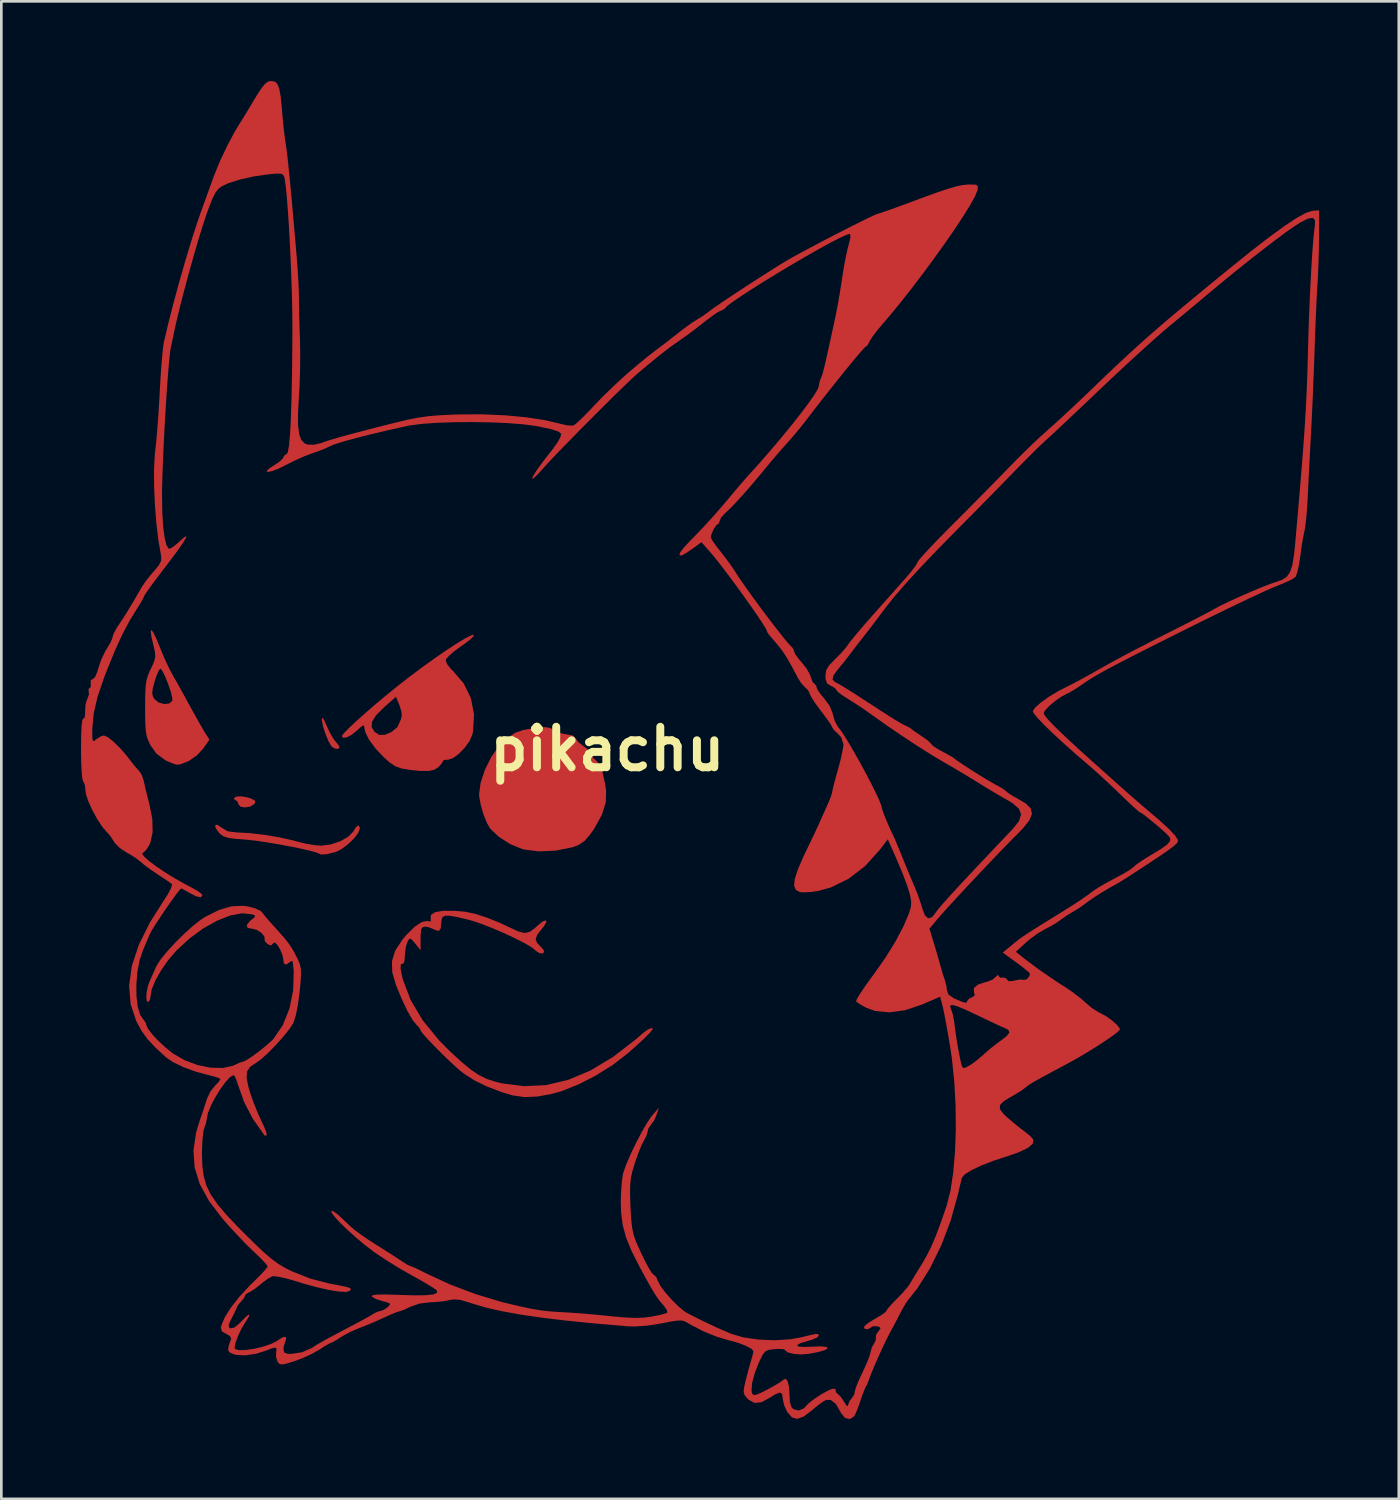
<source format=kicad_pcb>
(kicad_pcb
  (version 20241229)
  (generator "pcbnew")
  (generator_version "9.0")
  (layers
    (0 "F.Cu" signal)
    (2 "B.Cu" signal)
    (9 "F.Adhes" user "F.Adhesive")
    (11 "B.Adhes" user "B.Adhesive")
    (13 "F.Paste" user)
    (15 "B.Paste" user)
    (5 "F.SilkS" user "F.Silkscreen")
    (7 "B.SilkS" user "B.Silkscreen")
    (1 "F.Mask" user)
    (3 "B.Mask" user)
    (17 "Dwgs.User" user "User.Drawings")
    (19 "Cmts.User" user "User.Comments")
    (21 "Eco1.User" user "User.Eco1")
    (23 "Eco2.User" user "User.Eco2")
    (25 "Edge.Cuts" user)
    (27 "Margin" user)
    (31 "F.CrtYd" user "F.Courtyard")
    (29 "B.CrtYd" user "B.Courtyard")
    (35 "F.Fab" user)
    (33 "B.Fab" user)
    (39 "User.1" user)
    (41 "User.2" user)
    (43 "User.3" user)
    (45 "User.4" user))
  (footprint "pikachu"
    (layer "F.Cu")
    (at 19.812 25.146)
    (property "Reference" "pikachu" (at 0 0 0) (layer "F.SilkS") (effects (font (size 1.524 1.524) (thickness 0.3))))
    (attr board_only exclude_from_pos_files exclude_from_bom)
    (fp_poly (pts (xy -13.564 1.818) (xy -13.416 1.864) (xy -13.266 1.941) (xy -13.257 2.024) (xy -13.294 2.076) (xy -13.439 2.168) (xy -13.629 2.201) (xy -13.799 2.175) (xy -13.884 2.09) (xy -13.885 2.074) (xy -13.931 1.962) (xy -13.97 1.947) (xy -14.052 1.883) (xy -14.055 1.863) (xy -13.983 1.797) (xy -13.802 1.782)) (stroke (width 0) (type solid)) (fill yes) (layer "F.Cu"))
    (fp_poly (pts (xy -10.652 -1.071) (xy -10.572 -0.889) (xy -10.443 -0.611) (xy -10.304 -0.375) (xy -10.238 -0.291) (xy -10.119 -0.145) (xy -10.075 -0.058) (xy -10.136 -0.002) (xy -10.265 -0.02) (xy -10.385 -0.099) (xy -10.39 -0.106) (xy -10.499 -0.3) (xy -10.612 -0.578) (xy -10.704 -0.867) (xy -10.747 -1.093) (xy -10.748 -1.124) (xy -10.722 -1.178)) (stroke (width 0) (type solid)) (fill yes) (layer "F.Cu"))
    (fp_poly (pts (xy -14.522 2.962) (xy -14.286 3.101) (xy -13.959 3.142) (xy -13.486 3.166) (xy -12.927 3.23) (xy -12.354 3.325) (xy -11.843 3.438) (xy -11.696 3.479) (xy -11.343 3.567) (xy -10.988 3.625) (xy -10.77 3.641) (xy -10.415 3.596) (xy -10.062 3.478) (xy -9.762 3.311) (xy -9.569 3.119) (xy -9.547 3.08) (xy -9.445 2.922) (xy -9.356 2.884) (xy -9.314 2.977) (xy -9.313 2.99) (xy -9.379 3.165) (xy -9.549 3.384) (xy -9.78 3.605) (xy -10.029 3.786) (xy -10.227 3.879) (xy -10.58 3.965) (xy -10.794 3.97) (xy -10.844 3.944) (xy -10.962 3.894) (xy -11.212 3.826) (xy -11.561 3.747) (xy -11.974 3.663) (xy -12.416 3.581) (xy -12.852 3.509) (xy -13.249 3.451) (xy -13.571 3.416) (xy -13.627 3.411) (xy -14.012 3.382) (xy -14.269 3.346) (xy -14.437 3.293) (xy -14.557 3.213) (xy -14.62 3.151) (xy -14.745 2.974) (xy -14.759 2.865) (xy -14.676 2.854)) (stroke (width 0) (type solid)) (fill yes) (layer "F.Cu"))
    (fp_poly (pts (xy -2.153 -0.793) (xy -2.022 -0.71) (xy -1.829 -0.609) (xy -1.575 -0.556) (xy -1.552 -0.555) (xy -1.299 -0.508) (xy -1.191 -0.397) (xy -1.088 -0.258) (xy -0.9 -0.106) (xy -0.866 -0.084) (xy -0.688 0.055) (xy -0.596 0.186) (xy -0.593 0.207) (xy -0.526 0.346) (xy -0.438 0.415) (xy -0.295 0.579) (xy -0.173 0.898) (xy -0.074 1.36) (xy -0.045 1.566) (xy -0.055 2.006) (xy -0.201 2.475) (xy -0.489 2.994) (xy -0.636 3.207) (xy -0.858 3.466) (xy -1.095 3.622) (xy -1.323 3.703) (xy -1.945 3.828) (xy -2.567 3.856) (xy -3.128 3.786) (xy -3.206 3.766) (xy -3.657 3.581) (xy -4.089 3.302) (xy -4.406 3.001) (xy -4.532 2.785) (xy -4.658 2.468) (xy -4.761 2.118) (xy -4.82 1.802) (xy -4.826 1.696) (xy -4.767 1.268) (xy -4.608 0.788) (xy -4.375 0.316) (xy -4.095 -0.087) (xy -4.002 -0.19) (xy -3.727 -0.442) (xy -3.464 -0.609) (xy -3.156 -0.716) (xy -2.747 -0.787) (xy -2.636 -0.801) (xy -2.341 -0.822)) (stroke (width 0) (type solid)) (fill yes) (layer "F.Cu"))
    (fp_poly (pts (xy -17.084 -4.374) (xy -16.962 -4.118) (xy -16.82 -3.768) (xy -16.665 -3.398) (xy -16.489 -3.023) (xy -16.344 -2.752) (xy -16.189 -2.48) (xy -15.989 -2.122) (xy -15.78 -1.74) (xy -15.708 -1.609) (xy -15.517 -1.261) (xy -15.336 -0.939) (xy -15.193 -0.693) (xy -15.149 -0.62) (xy -14.978 -0.352) (xy -15.215 -0.011) (xy -15.451 0.243) (xy -15.753 0.451) (xy -16.056 0.574) (xy -16.194 0.593) (xy -16.329 0.557) (xy -16.546 0.468) (xy -16.638 0.424) (xy -16.976 0.172) (xy -17.189 -0.129) (xy -17.279 -0.309) (xy -17.339 -0.481) (xy -17.375 -0.688) (xy -17.393 -0.969) (xy -17.399 -1.364) (xy -17.399 -1.549) (xy -17.396 -1.999) (xy -17.392 -2.098) (xy -17.133 -2.098) (xy -17.102 -1.968) (xy -17.054 -1.884) (xy -16.898 -1.753) (xy -16.69 -1.693) (xy -16.493 -1.711) (xy -16.374 -1.814) (xy -16.373 -1.817) (xy -16.38 -1.948) (xy -16.439 -2.176) (xy -16.532 -2.448) (xy -16.639 -2.715) (xy -16.741 -2.924) (xy -16.818 -3.023) (xy -16.822 -3.025) (xy -16.88 -2.963) (xy -16.962 -2.78) (xy -17.035 -2.561) (xy -17.111 -2.277) (xy -17.133 -2.098) (xy -17.392 -2.098) (xy -17.382 -2.323) (xy -17.352 -2.561) (xy -17.299 -2.755) (xy -17.217 -2.949) (xy -17.184 -3.016) (xy -17.064 -3.278) (xy -17.016 -3.468) (xy -17.03 -3.663) (xy -17.077 -3.863) (xy -17.161 -4.224) (xy -17.188 -4.428) (xy -17.161 -4.478)) (stroke (width 0) (type solid)) (fill yes) (layer "F.Cu"))
    (fp_poly (pts (xy -5.031 -4.247) (xy -5.157 -4.123) (xy -5.386 -3.95) (xy -5.477 -3.887) (xy -5.749 -3.689) (xy -5.96 -3.507) (xy -6.073 -3.375) (xy -6.082 -3.352) (xy -6.038 -3.204) (xy -5.885 -3.009) (xy -5.808 -2.936) (xy -5.402 -2.465) (xy -5.136 -1.914) (xy -5.016 -1.307) (xy -5.052 -0.67) (xy -5.077 -0.55) (xy -5.181 -0.305) (xy -5.364 -0.048) (xy -5.588 0.183) (xy -5.814 0.347) (xy -6.004 0.407) (xy -6.022 0.405) (xy -6.15 0.414) (xy -6.177 0.445) (xy -6.234 0.545) (xy -6.35 0.677) (xy -6.502 0.78) (xy -6.721 0.828) (xy -7.041 0.827) (xy -7.408 0.79) (xy -7.74 0.736) (xy -7.979 0.652) (xy -8.2 0.503) (xy -8.406 0.319) (xy -8.728 -0.021) (xy -8.972 -0.354) (xy -9.115 -0.648) (xy -9.144 -0.8) (xy -9.146 -0.813) (xy -8.869 -0.813) (xy -8.757 -0.641) (xy -8.58 -0.527) (xy -8.369 -0.534) (xy -8.13 -0.634) (xy -7.904 -0.82) (xy -7.769 -1.114) (xy -7.736 -1.264) (xy -7.753 -1.419) (xy -7.822 -1.64) (xy -7.836 -1.675) (xy -7.957 -1.964) (xy -8.419 -1.554) (xy -8.713 -1.258) (xy -8.861 -1.017) (xy -8.869 -0.813) (xy -9.146 -0.813) (xy -9.16 -0.885) (xy -9.226 -0.869) (xy -9.372 -0.743) (xy -9.423 -0.694) (xy -9.629 -0.53) (xy -9.818 -0.434) (xy -9.951 -0.423) (xy -9.99 -0.487) (xy -9.927 -0.58) (xy -9.752 -0.762) (xy -9.485 -1.015) (xy -9.144 -1.32) (xy -8.751 -1.661) (xy -8.325 -2.018) (xy -7.916 -2.351) (xy -7.458 -2.709) (xy -6.983 -3.064) (xy -6.515 -3.401) (xy -6.075 -3.704) (xy -5.684 -3.961) (xy -5.363 -4.155) (xy -5.135 -4.273) (xy -5.027 -4.302)) (stroke (width 0) (type solid)) (fill yes) (layer "F.Cu"))
    (fp_poly (pts (xy -5.706 6.096) (xy -5.334 6.13) (xy -4.984 6.203) (xy -4.542 6.346) (xy -4.06 6.538) (xy -3.671 6.721) (xy -3.343 6.872) (xy -3.109 6.927) (xy -2.918 6.884) (xy -2.723 6.741) (xy -2.657 6.679) (xy -2.449 6.506) (xy -2.32 6.45) (xy -2.288 6.504) (xy -2.373 6.658) (xy -2.459 6.764) (xy -2.64 6.997) (xy -2.697 7.165) (xy -2.635 7.311) (xy -2.54 7.408) (xy -2.414 7.546) (xy -2.371 7.633) (xy -2.429 7.701) (xy -2.56 7.683) (xy -2.697 7.592) (xy -2.709 7.578) (xy -2.861 7.458) (xy -3.135 7.298) (xy -3.498 7.114) (xy -3.911 6.922) (xy -4.341 6.738) (xy -4.751 6.579) (xy -5.104 6.462) (xy -5.221 6.43) (xy -5.645 6.33) (xy -5.932 6.279) (xy -6.109 6.277) (xy -6.203 6.329) (xy -6.241 6.436) (xy -6.247 6.528) (xy -6.274 6.765) (xy -6.35 6.853) (xy -6.493 6.809) (xy -6.522 6.791) (xy -6.732 6.707) (xy -6.857 6.689) (xy -6.957 6.71) (xy -7.008 6.8) (xy -7.026 7) (xy -7.028 7.133) (xy -7.028 7.578) (xy -7.228 7.328) (xy -7.361 7.171) (xy -7.435 7.135) (xy -7.497 7.211) (xy -7.524 7.259) (xy -7.586 7.461) (xy -7.619 7.73) (xy -7.62 7.789) (xy -7.638 8.006) (xy -7.685 8.091) (xy -7.705 8.086) (xy -7.773 8.102) (xy -7.782 8.258) (xy -7.732 8.536) (xy -7.695 8.678) (xy -7.401 9.456) (xy -6.946 10.219) (xy -6.327 10.975) (xy -5.945 11.361) (xy -5.51 11.763) (xy -5.153 12.06) (xy -4.839 12.273) (xy -4.533 12.423) (xy -4.201 12.531) (xy -3.973 12.586) (xy -3.132 12.696) (xy -2.3 12.654) (xy -1.469 12.457) (xy -0.63 12.103) (xy 0.222 11.59) (xy 1.097 10.913) (xy 1.353 10.689) (xy 1.535 10.558) (xy 1.687 10.501) (xy 1.692 10.501) (xy 1.708 10.551) (xy 1.591 10.699) (xy 1.342 10.946) (xy 0.958 11.294) (xy 0.756 11.471) (xy 0.201 11.898) (xy -0.432 12.294) (xy -1.092 12.632) (xy -1.728 12.884) (xy -2.091 12.986) (xy -2.643 13.086) (xy -3.109 13.106) (xy -3.551 13.044) (xy -3.982 12.917) (xy -4.537 12.704) (xy -4.984 12.486) (xy -5.384 12.231) (xy -5.419 12.207) (xy -5.599 12.061) (xy -5.84 11.843) (xy -6.114 11.582) (xy -6.394 11.305) (xy -6.652 11.039) (xy -6.862 10.813) (xy -6.994 10.653) (xy -7.027 10.593) (xy -7.085 10.484) (xy -7.161 10.408) (xy -7.325 10.211) (xy -7.522 9.87) (xy -7.742 9.404) (xy -7.95 8.9) (xy -8.094 8.416) (xy -8.108 7.994) (xy -7.986 7.597) (xy -7.718 7.185) (xy -7.567 7.004) (xy -7.254 6.695) (xy -6.985 6.515) (xy -6.774 6.475) (xy -6.742 6.485) (xy -6.642 6.493) (xy -6.649 6.415) (xy -6.643 6.252) (xy -6.481 6.143) (xy -6.167 6.091)) (stroke (width 0) (type solid)) (fill yes) (layer "F.Cu"))
    (fp_poly (pts (xy -12.515 -25.122) (xy -12.418 -25.032) (xy -12.348 -24.852) (xy -12.295 -24.558) (xy -12.252 -24.125) (xy -12.243 -24.003) (xy -12.206 -23.59) (xy -12.161 -23.176) (xy -12.115 -22.838) (xy -12.105 -22.775) (xy -12.068 -22.52) (xy -12.023 -22.134) (xy -11.968 -21.61) (xy -11.905 -20.943) (xy -11.831 -20.125) (xy -11.746 -19.149) (xy -11.687 -18.457) (xy -11.653 -18.006) (xy -11.626 -17.559) (xy -11.611 -17.176) (xy -11.608 -16.976) (xy -11.605 -16.685) (xy -11.597 -16.281) (xy -11.584 -15.82) (xy -11.57 -15.409) (xy -11.56 -14.867) (xy -11.566 -14.246) (xy -11.586 -13.635) (xy -11.608 -13.265) (xy -11.642 -12.654) (xy -11.641 -12.191) (xy -11.601 -11.858) (xy -11.52 -11.635) (xy -11.394 -11.504) (xy -11.285 -11.46) (xy -11.045 -11.452) (xy -10.801 -11.509) (xy -10.532 -11.603) (xy -10.098 -11.731) (xy -9.5 -11.894) (xy -8.737 -12.093) (xy -8.001 -12.279) (xy -7.529 -12.392) (xy -7.125 -12.472) (xy -6.737 -12.527) (xy -6.31 -12.563) (xy -5.79 -12.587) (xy -5.539 -12.595) (xy -4.69 -12.598) (xy -3.85 -12.561) (xy -3.058 -12.487) (xy -2.354 -12.38) (xy -1.778 -12.244) (xy -1.522 -12.186) (xy -1.32 -12.172) (xy -1.266 -12.182) (xy -1.157 -12.264) (xy -0.965 -12.442) (xy -0.72 -12.689) (xy -0.527 -12.894) (xy -0.174 -13.26) (xy 0.24 -13.663) (xy 0.64 -14.033) (xy 0.763 -14.141) (xy 1.15 -14.47) (xy 1.472 -14.735) (xy 1.791 -14.984) (xy 2.159 -15.26) (xy 2.265 -15.342) (xy 2.461 -15.496) (xy 2.705 -15.688) (xy 2.709 -15.691) (xy 2.978 -15.896) (xy 3.225 -16.07) (xy 3.387 -16.17) (xy 3.599 -16.301) (xy 3.833 -16.471) (xy 3.852 -16.487) (xy 4.024 -16.613) (xy 4.31 -16.811) (xy 4.683 -17.06) (xy 5.112 -17.343) (xy 5.57 -17.64) (xy 6.028 -17.933) (xy 6.456 -18.203) (xy 6.7 -18.353) (xy 6.926 -18.484) (xy 7.248 -18.661) (xy 7.641 -18.872) (xy 8.078 -19.103) (xy 8.533 -19.339) (xy 8.981 -19.569) (xy 9.394 -19.777) (xy 9.747 -19.952) (xy 10.014 -20.079) (xy 10.167 -20.145) (xy 10.191 -20.151) (xy 10.29 -20.179) (xy 10.518 -20.257) (xy 10.844 -20.373) (xy 11.239 -20.518) (xy 11.415 -20.584) (xy 12.021 -20.809) (xy 12.494 -20.978) (xy 12.859 -21.099) (xy 13.141 -21.18) (xy 13.365 -21.227) (xy 13.555 -21.247) (xy 13.662 -21.25) (xy 13.871 -21.243) (xy 13.951 -21.194) (xy 13.944 -21.071) (xy 13.931 -21.019) (xy 13.843 -20.803) (xy 13.662 -20.476) (xy 13.402 -20.058) (xy 13.079 -19.568) (xy 12.705 -19.028) (xy 12.296 -18.456) (xy 11.866 -17.874) (xy 11.429 -17.3) (xy 10.999 -16.756) (xy 10.59 -16.261) (xy 10.397 -16.037) (xy 10.17 -15.766) (xy 9.987 -15.525) (xy 9.877 -15.355) (xy 9.863 -15.321) (xy 9.791 -15.186) (xy 9.74 -15.155) (xy 9.669 -15.092) (xy 9.51 -14.913) (xy 9.279 -14.639) (xy 8.992 -14.29) (xy 8.665 -13.883) (xy 8.312 -13.44) (xy 7.951 -12.98) (xy 7.597 -12.521) (xy 7.475 -12.361) (xy 7.222 -12.041) (xy 6.938 -11.705) (xy 6.757 -11.501) (xy 6.522 -11.238) (xy 6.239 -10.908) (xy 5.962 -10.576) (xy 5.927 -10.532) (xy 5.565 -10.096) (xy 5.207 -9.682) (xy 4.878 -9.318) (xy 4.605 -9.034) (xy 4.424 -8.865) (xy 4.285 -8.712) (xy 4.233 -8.588) (xy 4.193 -8.479) (xy 4.162 -8.467) (xy 4.084 -8.398) (xy 3.988 -8.24) (xy 3.914 -8.062) (xy 3.895 -7.962) (xy 3.944 -7.864) (xy 4.074 -7.676) (xy 4.257 -7.44) (xy 4.259 -7.437) (xy 4.475 -7.159) (xy 4.672 -6.889) (xy 4.788 -6.715) (xy 4.954 -6.458) (xy 5.182 -6.129) (xy 5.452 -5.751) (xy 5.746 -5.349) (xy 6.046 -4.948) (xy 6.333 -4.574) (xy 6.588 -4.25) (xy 6.792 -4.001) (xy 6.927 -3.853) (xy 6.964 -3.824) (xy 7.023 -3.727) (xy 7.027 -3.682) (xy 7.082 -3.558) (xy 7.221 -3.37) (xy 7.318 -3.26) (xy 7.504 -3.025) (xy 7.635 -2.789) (xy 7.664 -2.703) (xy 7.725 -2.528) (xy 7.796 -2.455) (xy 7.866 -2.387) (xy 7.874 -2.334) (xy 7.929 -2.205) (xy 8.067 -2.015) (xy 8.159 -1.911) (xy 8.373 -1.619) (xy 8.491 -1.323) (xy 8.494 -1.302) (xy 8.564 -1.053) (xy 8.666 -0.861) (xy 8.676 -0.849) (xy 8.813 -0.667) (xy 8.999 -0.379) (xy 9.217 -0.013) (xy 9.453 0.401) (xy 9.689 0.832) (xy 9.91 1.252) (xy 10.099 1.631) (xy 10.241 1.938) (xy 10.319 2.145) (xy 10.329 2.201) (xy 10.361 2.31) (xy 10.439 2.519) (xy 10.544 2.775) (xy 10.651 3.023) (xy 10.741 3.21) (xy 10.748 3.223) (xy 10.811 3.36) (xy 10.917 3.609) (xy 11.046 3.922) (xy 11.088 4.028) (xy 11.245 4.414) (xy 11.409 4.809) (xy 11.547 5.134) (xy 11.561 5.165) (xy 11.692 5.491) (xy 11.805 5.82) (xy 11.852 5.981) (xy 11.956 6.262) (xy 12.083 6.379) (xy 12.229 6.331) (xy 12.352 6.175) (xy 12.44 6.055) (xy 12.604 5.859) (xy 12.851 5.581) (xy 13.187 5.214) (xy 13.619 4.75) (xy 14.153 4.183) (xy 14.794 3.506) (xy 15.265 3.011) (xy 15.499 2.717) (xy 15.579 2.47) (xy 15.499 2.251) (xy 15.258 2.04) (xy 15.071 1.928) (xy 14.77 1.757) (xy 14.398 1.537) (xy 14.029 1.311) (xy 13.97 1.274) (xy 13.572 1.029) (xy 13.125 0.762) (xy 12.721 0.528) (xy 12.7 0.516) (xy 12.241 0.243) (xy 11.691 -0.104) (xy 11.096 -0.495) (xy 10.5 -0.902) (xy 9.948 -1.294) (xy 9.625 -1.521) (xy 9.288 -1.744) (xy 9.038 -1.899) (xy 8.816 -2.041) (xy 8.67 -2.16) (xy 8.636 -2.211) (xy 8.566 -2.296) (xy 8.424 -2.371) (xy 8.275 -2.465) (xy 8.223 -2.614) (xy 8.478 -2.614) (xy 8.576 -2.517) (xy 8.595 -2.509) (xy 8.722 -2.442) (xy 8.948 -2.307) (xy 9.233 -2.129) (xy 9.336 -2.063) (xy 9.717 -1.816) (xy 10.137 -1.544) (xy 10.507 -1.304) (xy 10.519 -1.296) (xy 10.808 -1.114) (xy 11.056 -0.966) (xy 11.22 -0.88) (xy 11.238 -0.872) (xy 11.386 -0.801) (xy 11.43 -0.767) (xy 11.52 -0.696) (xy 11.704 -0.569) (xy 11.832 -0.485) (xy 12.038 -0.34) (xy 12.168 -0.226) (xy 12.192 -0.188) (xy 12.261 -0.116) (xy 12.437 -0.000479) (xy 12.594 0.086) (xy 12.827 0.212) (xy 12.992 0.307) (xy 13.039 0.339) (xy 13.154 0.428) (xy 13.374 0.578) (xy 13.661 0.764) (xy 13.973 0.961) (xy 14.272 1.144) (xy 14.518 1.287) (xy 14.62 1.343) (xy 14.842 1.465) (xy 14.992 1.568) (xy 15.022 1.599) (xy 15.121 1.68) (xy 15.317 1.799) (xy 15.43 1.86) (xy 15.757 2.053) (xy 15.943 2.239) (xy 15.988 2.442) (xy 15.893 2.681) (xy 15.657 2.979) (xy 15.431 3.212) (xy 15.158 3.486) (xy 14.813 3.842) (xy 14.418 4.254) (xy 14 4.695) (xy 13.581 5.141) (xy 13.187 5.565) (xy 12.841 5.942) (xy 12.568 6.245) (xy 12.409 6.428) (xy 12.129 6.764) (xy 12.291 7.298) (xy 12.393 7.64) (xy 12.489 7.974) (xy 12.543 8.17) (xy 12.621 8.44) (xy 12.697 8.671) (xy 12.709 8.703) (xy 12.771 8.939) (xy 12.785 9.084) (xy 12.845 9.245) (xy 13.04 9.382) (xy 13.103 9.411) (xy 13.355 9.517) (xy 13.489 9.554) (xy 13.541 9.528) (xy 13.547 9.488) (xy 13.617 9.402) (xy 13.716 9.356) (xy 13.833 9.282) (xy 13.804 9.151) (xy 13.802 9) (xy 13.955 8.871) (xy 14.252 8.774) (xy 14.309 8.762) (xy 14.515 8.676) (xy 14.626 8.578) (xy 14.711 8.498) (xy 14.732 8.544) (xy 14.792 8.615) (xy 14.862 8.604) (xy 14.997 8.619) (xy 15.038 8.672) (xy 15.116 8.746) (xy 15.289 8.73) (xy 15.343 8.715) (xy 15.548 8.678) (xy 15.683 8.691) (xy 15.685 8.692) (xy 15.786 8.674) (xy 15.884 8.564) (xy 15.916 8.46) (xy 15.853 8.391) (xy 15.686 8.252) (xy 15.447 8.071) (xy 15.402 8.038) (xy 14.888 7.665) (xy 15.095 7.495) (xy 15.31 7.317) (xy 15.483 7.176) (xy 15.624 7.075) (xy 15.875 6.91) (xy 16.2 6.703) (xy 16.565 6.476) (xy 16.574 6.471) (xy 17.106 6.143) (xy 17.52 5.882) (xy 17.843 5.669) (xy 18.104 5.487) (xy 18.3 5.34) (xy 18.485 5.217) (xy 18.765 5.054) (xy 19.084 4.883) (xy 19.119 4.865) (xy 19.417 4.704) (xy 19.661 4.556) (xy 19.808 4.449) (xy 19.82 4.435) (xy 19.941 4.333) (xy 20.166 4.179) (xy 20.447 4.004) (xy 20.489 3.979) (xy 20.848 3.762) (xy 21.073 3.601) (xy 21.182 3.477) (xy 21.193 3.372) (xy 21.144 3.289) (xy 21.031 3.174) (xy 20.846 3.007) (xy 20.625 2.817) (xy 20.402 2.634) (xy 20.212 2.485) (xy 20.091 2.401) (xy 20.066 2.395) (xy 20.01 2.357) (xy 19.856 2.222) (xy 19.627 2.009) (xy 19.347 1.741) (xy 19.325 1.719) (xy 18.982 1.39) (xy 18.628 1.061) (xy 18.311 0.774) (xy 18.119 0.607) (xy 17.636 0.193) (xy 17.187 -0.207) (xy 16.787 -0.576) (xy 16.455 -0.899) (xy 16.205 -1.16) (xy 16.056 -1.343) (xy 16.019 -1.424) (xy 16.11 -1.56) (xy 16.32 -1.746) (xy 16.613 -1.956) (xy 16.958 -2.166) (xy 17.272 -2.329) (xy 17.543 -2.465) (xy 17.906 -2.659) (xy 18.306 -2.88) (xy 18.584 -3.039) (xy 18.936 -3.236) (xy 19.397 -3.485) (xy 19.927 -3.764) (xy 20.484 -4.052) (xy 20.997 -4.312) (xy 21.487 -4.559) (xy 21.941 -4.79) (xy 22.331 -4.991) (xy 22.63 -5.148) (xy 22.809 -5.247) (xy 22.827 -5.257) (xy 23.054 -5.38) (xy 23.391 -5.543) (xy 23.793 -5.727) (xy 24.217 -5.913) (xy 24.618 -6.081) (xy 24.952 -6.211) (xy 25.16 -6.282) (xy 25.403 -6.366) (xy 25.58 -6.483) (xy 25.704 -6.66) (xy 25.791 -6.927) (xy 25.853 -7.311) (xy 25.898 -7.747) (xy 25.997 -8.869) (xy 26.081 -9.846) (xy 26.151 -10.699) (xy 26.209 -11.452) (xy 26.256 -12.126) (xy 26.294 -12.745) (xy 26.324 -13.33) (xy 26.347 -13.905) (xy 26.366 -14.492) (xy 26.379 -14.986) (xy 26.399 -15.717) (xy 26.426 -16.458) (xy 26.457 -17.184) (xy 26.492 -17.87) (xy 26.528 -18.489) (xy 26.566 -19.016) (xy 26.602 -19.425) (xy 26.637 -19.691) (xy 26.637 -19.694) (xy 26.644 -19.903) (xy 26.564 -19.995) (xy 26.386 -19.97) (xy 26.103 -19.827) (xy 25.852 -19.667) (xy 25.525 -19.437) (xy 25.098 -19.119) (xy 24.601 -18.737) (xy 24.063 -18.314) (xy 23.513 -17.873) (xy 22.981 -17.436) (xy 22.638 -17.148) (xy 22.32 -16.881) (xy 21.926 -16.552) (xy 21.51 -16.207) (xy 21.199 -15.951) (xy 20.91 -15.706) (xy 20.526 -15.367) (xy 20.072 -14.957) (xy 19.575 -14.502) (xy 19.061 -14.023) (xy 18.584 -13.573) (xy 18.114 -13.125) (xy 17.669 -12.704) (xy 17.268 -12.326) (xy 16.931 -12.01) (xy 16.677 -11.773) (xy 16.523 -11.633) (xy 16.51 -11.622) (xy 16.344 -11.468) (xy 16.091 -11.222) (xy 15.782 -10.913) (xy 15.445 -10.572) (xy 15.325 -10.448) (xy 14.967 -10.081) (xy 14.53 -9.634) (xy 14.052 -9.149) (xy 13.574 -8.664) (xy 13.208 -8.296) (xy 12.425 -7.499) (xy 11.763 -6.804) (xy 11.215 -6.205) (xy 10.773 -5.692) (xy 10.431 -5.259) (xy 10.424 -5.249) (xy 10.152 -4.885) (xy 9.935 -4.597) (xy 9.725 -4.327) (xy 9.565 -4.123) (xy 9.366 -3.868) (xy 9.158 -3.594) (xy 9.13 -3.556) (xy 8.927 -3.295) (xy 8.718 -3.04) (xy 8.688 -3.006) (xy 8.515 -2.771) (xy 8.478 -2.614) (xy 8.223 -2.614) (xy 8.218 -2.631) (xy 8.213 -2.749) (xy 8.24 -2.958) (xy 8.345 -3.144) (xy 8.56 -3.364) (xy 8.787 -3.591) (xy 8.981 -3.814) (xy 9.053 -3.914) (xy 9.162 -4.061) (xy 9.359 -4.303) (xy 9.619 -4.609) (xy 9.916 -4.949) (xy 9.997 -5.041) (xy 10.334 -5.42) (xy 10.676 -5.804) (xy 10.984 -6.152) (xy 11.222 -6.42) (xy 11.239 -6.439) (xy 11.449 -6.688) (xy 11.606 -6.895) (xy 11.681 -7.024) (xy 11.684 -7.039) (xy 11.742 -7.125) (xy 11.903 -7.31) (xy 12.15 -7.578) (xy 12.467 -7.909) (xy 12.836 -8.285) (xy 13.018 -8.467) (xy 13.471 -8.92) (xy 13.943 -9.396) (xy 14.4 -9.859) (xy 14.808 -10.275) (xy 15.133 -10.61) (xy 15.157 -10.635) (xy 15.519 -11.002) (xy 15.904 -11.38) (xy 16.266 -11.723) (xy 16.552 -11.98) (xy 16.824 -12.222) (xy 17.179 -12.547) (xy 17.578 -12.919) (xy 17.984 -13.303) (xy 18.159 -13.471) (xy 18.695 -13.987) (xy 19.176 -14.444) (xy 19.623 -14.86) (xy 20.057 -15.256) (xy 20.501 -15.649) (xy 20.975 -16.058) (xy 21.5 -16.502) (xy 22.099 -17) (xy 22.792 -17.57) (xy 23.41 -18.076) (xy 24.218 -18.726) (xy 24.908 -19.26) (xy 25.481 -19.678) (xy 25.94 -19.982) (xy 26.287 -20.175) (xy 26.525 -20.257) (xy 26.55 -20.26) (xy 26.797 -20.278) (xy 26.796 -19.304) (xy 26.789 -18.797) (xy 26.773 -18.239) (xy 26.75 -17.719) (xy 26.736 -17.484) (xy 26.714 -17.114) (xy 26.69 -16.622) (xy 26.665 -16.057) (xy 26.642 -15.465) (xy 26.628 -15.028) (xy 26.605 -14.378) (xy 26.576 -13.65) (xy 26.544 -12.913) (xy 26.512 -12.239) (xy 26.496 -11.938) (xy 26.465 -11.361) (xy 26.433 -10.754) (xy 26.403 -10.174) (xy 26.379 -9.679) (xy 26.37 -9.483) (xy 26.345 -9.061) (xy 26.312 -8.673) (xy 26.276 -8.367) (xy 26.248 -8.213) (xy 26.199 -7.981) (xy 26.143 -7.65) (xy 26.093 -7.287) (xy 26.089 -7.257) (xy 26.038 -6.928) (xy 25.978 -6.656) (xy 25.919 -6.493) (xy 25.91 -6.479) (xy 25.786 -6.393) (xy 25.549 -6.277) (xy 25.248 -6.152) (xy 25.203 -6.135) (xy 24.981 -6.043) (xy 24.631 -5.886) (xy 24.175 -5.674) (xy 23.637 -5.417) (xy 23.04 -5.128) (xy 22.405 -4.817) (xy 21.971 -4.601) (xy 21.124 -4.178) (xy 20.414 -3.822) (xy 19.826 -3.524) (xy 19.343 -3.276) (xy 18.951 -3.07) (xy 18.635 -2.898) (xy 18.379 -2.752) (xy 18.168 -2.624) (xy 17.987 -2.505) (xy 17.865 -2.42) (xy 17.619 -2.255) (xy 17.405 -2.128) (xy 17.317 -2.086) (xy 17.107 -1.977) (xy 16.869 -1.812) (xy 16.647 -1.627) (xy 16.486 -1.459) (xy 16.428 -1.35) (xy 16.478 -1.249) (xy 16.632 -1.065) (xy 16.897 -0.793) (xy 17.276 -0.43) (xy 17.773 0.03) (xy 18.395 0.591) (xy 18.763 0.919) (xy 19.022 1.15) (xy 19.329 1.423) (xy 19.536 1.609) (xy 19.828 1.865) (xy 20.133 2.129) (xy 20.319 2.286) (xy 20.798 2.694) (xy 21.146 3.013) (xy 21.369 3.25) (xy 21.476 3.413) (xy 21.483 3.492) (xy 21.434 3.559) (xy 21.319 3.661) (xy 21.123 3.808) (xy 20.832 4.01) (xy 20.432 4.277) (xy 19.908 4.619) (xy 19.643 4.791) (xy 19.412 4.938) (xy 19.236 5.046) (xy 19.177 5.08) (xy 18.922 5.219) (xy 18.618 5.4) (xy 18.322 5.589) (xy 18.094 5.747) (xy 18.034 5.794) (xy 17.811 5.957) (xy 17.55 6.118) (xy 17.526 6.131) (xy 17.284 6.276) (xy 17.08 6.422) (xy 17.06 6.439) (xy 16.881 6.564) (xy 16.626 6.709) (xy 16.51 6.766) (xy 16.225 6.931) (xy 15.914 7.155) (xy 15.756 7.291) (xy 15.383 7.637) (xy 15.663 7.862) (xy 16.247 8.301) (xy 16.915 8.758) (xy 17.224 8.956) (xy 17.531 9.164) (xy 17.823 9.388) (xy 18.005 9.549) (xy 18.243 9.751) (xy 18.496 9.913) (xy 18.561 9.944) (xy 18.782 10.063) (xy 19.009 10.226) (xy 19.195 10.394) (xy 19.295 10.528) (xy 19.301 10.558) (xy 19.231 10.639) (xy 19.042 10.785) (xy 18.763 10.979) (xy 18.423 11.2) (xy 18.051 11.431) (xy 17.674 11.653) (xy 17.372 11.82) (xy 16.863 12.092) (xy 16.482 12.298) (xy 16.207 12.448) (xy 16.017 12.556) (xy 15.891 12.634) (xy 15.806 12.694) (xy 15.742 12.748) (xy 15.74 12.75) (xy 15.576 12.87) (xy 15.336 13.018) (xy 15.228 13.078) (xy 14.928 13.257) (xy 14.781 13.407) (xy 14.781 13.56) (xy 14.922 13.745) (xy 15.071 13.883) (xy 15.334 14.107) (xy 15.596 14.316) (xy 15.726 14.412) (xy 15.913 14.564) (xy 16.032 14.696) (xy 16.043 14.718) (xy 16.015 14.865) (xy 15.826 15.023) (xy 15.488 15.185) (xy 15.074 15.328) (xy 14.544 15.501) (xy 14.084 15.681) (xy 13.715 15.854) (xy 13.463 16.011) (xy 13.351 16.139) (xy 13.351 16.141) (xy 13.308 16.31) (xy 13.245 16.574) (xy 13.202 16.764) (xy 12.929 17.75) (xy 12.572 18.692) (xy 12.147 19.557) (xy 11.67 20.312) (xy 11.328 20.74) (xy 11.229 20.882) (xy 11.094 21.116) (xy 11.002 21.29) (xy 10.852 21.583) (xy 10.706 21.856) (xy 10.643 21.971) (xy 10.522 22.206) (xy 10.367 22.53) (xy 10.201 22.894) (xy 10.046 23.248) (xy 9.925 23.541) (xy 9.865 23.707) (xy 9.793 23.9) (xy 9.738 24.003) (xy 9.678 24.126) (xy 9.592 24.354) (xy 9.525 24.553) (xy 9.429 24.827) (xy 9.339 25.042) (xy 9.292 25.125) (xy 9.127 25.23) (xy 8.951 25.186) (xy 8.8 25.005) (xy 8.777 24.956) (xy 8.607 24.659) (xy 8.413 24.508) (xy 8.238 24.506) (xy 8.094 24.588) (xy 7.881 24.748) (xy 7.708 24.894) (xy 7.399 25.13) (xy 7.153 25.22) (xy 6.953 25.164) (xy 6.778 24.965) (xy 6.772 24.956) (xy 6.659 24.707) (xy 6.605 24.468) (xy 6.604 24.448) (xy 6.581 24.28) (xy 6.498 24.228) (xy 6.33 24.291) (xy 6.114 24.426) (xy 5.8 24.595) (xy 5.546 24.62) (xy 5.326 24.502) (xy 5.27 24.448) (xy 5.171 24.327) (xy 5.133 24.207) (xy 5.151 24.031) (xy 5.206 23.791) (xy 5.29 23.467) (xy 5.374 23.16) (xy 5.412 23.03) (xy 5.472 22.819) (xy 5.503 22.683) (xy 5.503 22.672) (xy 5.428 22.581) (xy 5.228 22.472) (xy 4.944 22.362) (xy 4.619 22.27) (xy 4.566 22.258) (xy 4.112 22.124) (xy 3.607 21.917) (xy 3.131 21.67) (xy 3.034 21.612) (xy 2.915 21.547) (xy 2.792 21.516) (xy 2.624 21.521) (xy 2.368 21.561) (xy 2.055 21.623) (xy 1.527 21.707) (xy 1.045 21.742) (xy 0.799 21.736) (xy -0.436 21.631) (xy -1.516 21.523) (xy -2.455 21.412) (xy -3.266 21.293) (xy -3.965 21.167) (xy -4.564 21.029) (xy -5.079 20.879) (xy -5.201 20.837) (xy -5.532 20.74) (xy -5.78 20.719) (xy -5.948 20.749) (xy -6.202 20.797) (xy -6.521 20.825) (xy -6.649 20.828) (xy -7.071 20.879) (xy -7.408 20.997) (xy -7.628 21.101) (xy -7.787 21.161) (xy -7.818 21.167) (xy -7.929 21.201) (xy -8.145 21.289) (xy -8.414 21.411) (xy -8.758 21.566) (xy -9.111 21.714) (xy -9.331 21.798) (xy -9.645 21.931) (xy -9.951 22.094) (xy -10.033 22.146) (xy -10.232 22.273) (xy -10.371 22.346) (xy -10.397 22.354) (xy -10.495 22.398) (xy -10.683 22.511) (xy -10.821 22.602) (xy -11.102 22.763) (xy -11.459 22.927) (xy -11.745 23.036) (xy -12.043 23.13) (xy -12.222 23.17) (xy -12.326 23.158) (xy -12.395 23.098) (xy -12.406 23.083) (xy -12.47 22.895) (xy -12.467 22.733) (xy -12.449 22.586) (xy -12.493 22.533) (xy -12.633 22.565) (xy -12.826 22.643) (xy -13.228 22.77) (xy -13.63 22.828) (xy -13.973 22.811) (xy -14.082 22.781) (xy -14.221 22.714) (xy -14.275 22.622) (xy -14.25 22.46) (xy -14.161 22.205) (xy -14.202 22.105) (xy -14.351 22.013) (xy -14.512 21.925) (xy -14.543 21.792) (xy -14.525 21.695) (xy -14.401 21.396) (xy -14.166 21.026) (xy -13.844 20.616) (xy -13.456 20.197) (xy -13.336 20.08) (xy -13.092 19.839) (xy -12.903 19.638) (xy -12.797 19.508) (xy -12.785 19.48) (xy -12.843 19.393) (xy -12.999 19.224) (xy -13.222 19.005) (xy -13.314 18.92) (xy -13.598 18.643) (xy -13.938 18.289) (xy -14.285 17.911) (xy -14.492 17.675) (xy -14.996 17.013) (xy -15.342 16.379) (xy -15.535 15.752) (xy -15.579 15.114) (xy -15.479 14.444) (xy -15.363 14.052) (xy -15.247 13.709) (xy -15.142 13.393) (xy -15.069 13.168) (xy -15.064 13.151) (xy -14.94 12.895) (xy -14.774 12.686) (xy -14.632 12.537) (xy -14.565 12.437) (xy -14.564 12.432) (xy -14.638 12.383) (xy -14.829 12.322) (xy -14.973 12.287) (xy -15.477 12.153) (xy -15.953 11.979) (xy -16.354 11.786) (xy -16.607 11.613) (xy -17.011 11.242) (xy -17.308 10.923) (xy -17.532 10.612) (xy -17.72 10.268) (xy -17.731 10.245) (xy -17.945 9.603) (xy -18.002 8.914) (xy -17.9 8.174) (xy -17.64 7.383) (xy -17.222 6.538) (xy -16.74 5.775) (xy -16.549 5.479) (xy -16.425 5.247) (xy -16.383 5.108) (xy -16.391 5.087) (xy -16.498 5.007) (xy -16.702 4.868) (xy -16.933 4.716) (xy -17.206 4.53) (xy -17.442 4.355) (xy -17.568 4.248) (xy -17.748 4.108) (xy -18 3.949) (xy -18.101 3.894) (xy -18.346 3.732) (xy -18.536 3.545) (xy -18.582 3.476) (xy -18.71 3.274) (xy -18.826 3.143) (xy -18.997 2.951) (xy -19.189 2.661) (xy -19.376 2.323) (xy -19.53 1.989) (xy -19.625 1.709) (xy -19.643 1.587) (xy -19.664 1.371) (xy -19.716 1.237) (xy -19.727 1.228) (xy -19.761 1.125) (xy -19.787 0.877) (xy -19.805 0.51) (xy -19.812 0.047) (xy -19.812 -0.01) (xy -19.806 -0.522) (xy -19.8 -0.653) (xy -19.389 -0.653) (xy -19.385 -0.406) (xy -19.362 -0.301) (xy -19.306 -0.308) (xy -19.234 -0.368) (xy -19.063 -0.478) (xy -18.95 -0.508) (xy -18.805 -0.445) (xy -18.592 -0.277) (xy -18.344 -0.034) (xy -18.094 0.253) (xy -17.98 0.402) (xy -17.812 0.617) (xy -17.666 0.784) (xy -17.626 0.821) (xy -17.53 0.968) (xy -17.451 1.198) (xy -17.441 1.245) (xy -17.382 1.509) (xy -17.299 1.846) (xy -17.24 2.071) (xy -17.128 2.639) (xy -17.116 3.136) (xy -17.202 3.532) (xy -17.251 3.633) (xy -17.365 3.806) (xy -17.454 3.892) (xy -17.462 3.894) (xy -17.516 3.934) (xy -17.443 4.043) (xy -17.265 4.205) (xy -17.001 4.406) (xy -16.672 4.629) (xy -16.3 4.86) (xy -15.904 5.084) (xy -15.684 5.198) (xy -15.446 5.331) (xy -15.285 5.446) (xy -15.24 5.505) (xy -15.301 5.582) (xy -15.473 5.55) (xy -15.729 5.418) (xy -15.914 5.31) (xy -16.026 5.252) (xy -16.036 5.249) (xy -16.105 5.315) (xy -16.242 5.49) (xy -16.424 5.742) (xy -16.63 6.037) (xy -16.837 6.342) (xy -17.021 6.625) (xy -17.16 6.851) (xy -17.23 6.985) (xy -17.331 7.231) (xy -17.455 7.519) (xy -17.481 7.578) (xy -17.607 7.954) (xy -17.69 8.395) (xy -17.729 8.86) (xy -17.725 9.31) (xy -17.676 9.707) (xy -17.585 10.012) (xy -17.476 10.166) (xy -17.373 10.31) (xy -17.357 10.382) (xy -17.295 10.527) (xy -17.13 10.743) (xy -16.892 10.997) (xy -16.613 11.254) (xy -16.352 11.462) (xy -15.917 11.715) (xy -15.43 11.897) (xy -14.934 11.998) (xy -14.473 12.01) (xy -14.09 11.926) (xy -14.024 11.895) (xy -13.832 11.807) (xy -13.705 11.769) (xy -13.703 11.769) (xy -13.589 11.718) (xy -13.388 11.588) (xy -13.142 11.408) (xy -12.892 11.209) (xy -12.677 11.024) (xy -12.565 10.911) (xy -12.215 10.396) (xy -11.966 9.776) (xy -11.825 9.087) (xy -11.804 8.368) (xy -11.841 8.005) (xy -11.898 7.984) (xy -11.955 8.026) (xy -12.099 8.122) (xy -12.179 8.063) (xy -12.192 7.954) (xy -12.228 7.762) (xy -12.317 7.545) (xy -12.426 7.365) (xy -12.526 7.282) (xy -12.533 7.281) (xy -12.613 7.346) (xy -12.615 7.367) (xy -12.673 7.399) (xy -12.779 7.35) (xy -12.89 7.243) (xy -12.898 7.174) (xy -12.91 7.056) (xy -13.026 6.919) (xy -13.196 6.81) (xy -13.343 6.773) (xy -13.537 6.737) (xy -13.577 6.635) (xy -13.46 6.484) (xy -13.418 6.448) (xy -13.277 6.33) (xy -13.264 6.27) (xy -13.369 6.226) (xy -13.377 6.223) (xy -13.749 6.185) (xy -14.197 6.27) (xy -14.694 6.466) (xy -15.215 6.759) (xy -15.732 7.138) (xy -16.209 7.577) (xy -16.518 7.935) (xy -16.793 8.327) (xy -17.011 8.712) (xy -17.15 9.051) (xy -17.187 9.264) (xy -17.218 9.444) (xy -17.272 9.525) (xy -17.333 9.501) (xy -17.355 9.36) (xy -17.34 9.15) (xy -17.291 8.918) (xy -17.24 8.776) (xy -17.126 8.517) (xy -16.996 8.224) (xy -16.975 8.178) (xy -16.832 7.946) (xy -16.588 7.645) (xy -16.279 7.307) (xy -15.937 6.967) (xy -15.596 6.66) (xy -15.291 6.42) (xy -15.148 6.327) (xy -14.618 6.062) (xy -14.154 5.924) (xy -13.718 5.903) (xy -13.528 5.928) (xy -13.259 6) (xy -13.059 6.092) (xy -12.996 6.148) (xy -12.9 6.274) (xy -12.723 6.482) (xy -12.5 6.732) (xy -12.454 6.782) (xy -12.175 7.094) (xy -11.977 7.343) (xy -11.823 7.585) (xy -11.672 7.875) (xy -11.632 7.959) (xy -11.57 8.114) (xy -11.536 8.28) (xy -11.53 8.499) (xy -11.55 8.813) (xy -11.583 9.15) (xy -11.645 9.622) (xy -11.722 10.015) (xy -11.807 10.289) (xy -11.828 10.334) (xy -11.98 10.563) (xy -12.214 10.852) (xy -12.493 11.162) (xy -12.78 11.453) (xy -13.039 11.686) (xy -13.227 11.82) (xy -13.444 11.964) (xy -13.559 12.137) (xy -13.579 12.375) (xy -13.512 12.713) (xy -13.46 12.894) (xy -13.326 13.287) (xy -13.16 13.702) (xy -13.025 13.997) (xy -12.904 14.257) (xy -12.831 14.453) (xy -12.821 14.543) (xy -12.895 14.558) (xy -12.897 14.556) (xy -13.343 13.924) (xy -13.668 13.299) (xy -13.889 12.679) (xy -13.967 12.448) (xy -14.036 12.302) (xy -14.064 12.277) (xy -14.196 12.348) (xy -14.371 12.537) (xy -14.567 12.805) (xy -14.758 13.114) (xy -14.921 13.426) (xy -15.033 13.702) (xy -15.071 13.892) (xy -15.111 14.11) (xy -15.164 14.241) (xy -15.205 14.399) (xy -15.237 14.68) (xy -15.256 15.034) (xy -15.259 15.234) (xy -15.245 15.69) (xy -15.194 16.081) (xy -15.092 16.436) (xy -14.923 16.781) (xy -14.673 17.143) (xy -14.329 17.548) (xy -13.875 18.025) (xy -13.656 18.246) (xy -13.24 18.656) (xy -12.911 18.965) (xy -12.64 19.197) (xy -12.397 19.375) (xy -12.155 19.522) (xy -11.894 19.655) (xy -11.18 19.939) (xy -10.455 20.126) (xy -10.068 20.199) (xy -9.823 20.251) (xy -9.693 20.292) (xy -9.652 20.33) (xy -9.676 20.377) (xy -9.703 20.404) (xy -9.842 20.441) (xy -10.113 20.426) (xy -10.49 20.364) (xy -10.945 20.261) (xy -11.451 20.121) (xy -11.665 20.054) (xy -12.021 19.95) (xy -12.328 19.879) (xy -12.545 19.848) (xy -12.61 19.853) (xy -12.771 19.939) (xy -12.982 20.093) (xy -13.052 20.153) (xy -13.26 20.319) (xy -13.44 20.433) (xy -13.483 20.452) (xy -13.608 20.527) (xy -13.631 20.574) (xy -13.685 20.684) (xy -13.78 20.795) (xy -13.894 20.926) (xy -13.931 20.991) (xy -13.97 21.089) (xy -14.063 21.281) (xy -14.125 21.401) (xy -14.232 21.623) (xy -14.258 21.743) (xy -14.208 21.802) (xy -14.184 21.812) (xy -14.039 21.781) (xy -13.831 21.611) (xy -13.76 21.536) (xy -13.573 21.346) (xy -13.478 21.286) (xy -13.483 21.352) (xy -13.597 21.541) (xy -13.626 21.582) (xy -13.764 21.81) (xy -13.891 22.074) (xy -13.986 22.325) (xy -14.03 22.514) (xy -14.019 22.585) (xy -13.87 22.633) (xy -13.612 22.628) (xy -13.289 22.58) (xy -12.951 22.499) (xy -12.643 22.393) (xy -12.413 22.273) (xy -12.381 22.249) (xy -12.212 22.143) (xy -12.102 22.135) (xy -12.088 22.224) (xy -12.108 22.269) (xy -12.18 22.489) (xy -12.192 22.6) (xy -12.16 22.721) (xy -12.035 22.77) (xy -11.9 22.775) (xy -11.491 22.712) (xy -11.107 22.543) (xy -11.007 22.473) (xy -10.887 22.399) (xy -10.649 22.264) (xy -10.324 22.088) (xy -9.946 21.887) (xy -9.864 21.845) (xy -9.483 21.644) (xy -9.155 21.467) (xy -8.91 21.33) (xy -8.778 21.25) (xy -8.767 21.241) (xy -8.614 21.172) (xy -8.562 21.167) (xy -8.408 21.113) (xy -8.275 21.019) (xy -8.184 20.926) (xy -8.197 20.869) (xy -8.336 20.818) (xy -8.474 20.784) (xy -8.701 20.71) (xy -8.846 20.63) (xy -8.867 20.601) (xy -8.825 20.561) (xy -8.657 20.54) (xy -8.349 20.536) (xy -7.887 20.551) (xy -7.846 20.552) (xy -7.255 20.57) (xy -6.824 20.564) (xy -6.546 20.533) (xy -6.412 20.477) (xy -6.416 20.394) (xy -6.443 20.364) (xy -6.564 20.277) (xy -6.798 20.134) (xy -7.108 19.956) (xy -7.353 19.821) (xy -7.781 19.577) (xy -8.242 19.294) (xy -8.66 19.02) (xy -8.796 18.924) (xy -9.124 18.674) (xy -9.457 18.396) (xy -9.772 18.113) (xy -10.046 17.848) (xy -10.254 17.622) (xy -10.374 17.46) (xy -10.387 17.386) (xy -10.303 17.411) (xy -10.138 17.533) (xy -9.934 17.721) (xy -9.729 17.919) (xy -9.53 18.092) (xy -9.303 18.264) (xy -9.015 18.462) (xy -8.63 18.709) (xy -8.424 18.839) (xy -8.13 19.025) (xy -7.861 19.2) (xy -7.687 19.315) (xy -7.512 19.424) (xy -7.4 19.473) (xy -7.396 19.473) (xy -7.296 19.51) (xy -7.089 19.606) (xy -6.816 19.742) (xy -6.779 19.761) (xy -5.912 20.162) (xy -4.956 20.523) (xy -3.993 20.814) (xy -3.81 20.86) (xy -3.278 20.986) (xy -2.858 21.075) (xy -2.496 21.135) (xy -2.143 21.174) (xy -1.745 21.2) (xy -1.609 21.207) (xy -1.263 21.229) (xy -0.811 21.264) (xy -0.316 21.309) (xy 0.089 21.35) (xy 0.625 21.4) (xy 1.039 21.419) (xy 1.376 21.408) (xy 1.679 21.368) (xy 1.963 21.311) (xy 2.174 21.256) (xy 2.261 21.219) (xy 2.246 21.129) (xy 2.139 20.974) (xy 2.103 20.933) (xy 1.983 20.793) (xy 1.863 20.629) (xy 1.726 20.413) (xy 1.555 20.116) (xy 1.332 19.71) (xy 1.204 19.473) (xy 0.91 18.89) (xy 0.707 18.392) (xy 0.582 17.93) (xy 0.521 17.457) (xy 0.508 17.063) (xy 0.519 16.673) (xy 0.547 16.304) (xy 0.587 16.021) (xy 0.602 15.96) (xy 0.708 15.654) (xy 0.874 15.266) (xy 1.077 14.842) (xy 1.294 14.429) (xy 1.5 14.073) (xy 1.672 13.821) (xy 1.694 13.795) (xy 1.944 13.504) (xy 1.854 13.775) (xy 1.757 13.993) (xy 1.646 14.143) (xy 1.644 14.145) (xy 1.54 14.302) (xy 1.524 14.385) (xy 1.477 14.559) (xy 1.395 14.71) (xy 1.307 14.877) (xy 1.192 15.152) (xy 1.073 15.483) (xy 1.049 15.554) (xy 0.953 15.866) (xy 0.892 16.13) (xy 0.863 16.399) (xy 0.857 16.728) (xy 0.87 17.17) (xy 0.87 17.187) (xy 0.896 17.662) (xy 0.934 18.016) (xy 0.993 18.295) (xy 1.081 18.548) (xy 1.114 18.627) (xy 1.332 19.099) (xy 1.517 19.464) (xy 1.663 19.706) (xy 1.759 19.809) (xy 1.771 19.812) (xy 1.846 19.883) (xy 1.893 20.003) (xy 1.99 20.196) (xy 2.179 20.453) (xy 2.423 20.732) (xy 2.682 20.989) (xy 2.917 21.182) (xy 3.002 21.234) (xy 3.552 21.513) (xy 4.137 21.789) (xy 4.657 22.015) (xy 5.125 22.152) (xy 5.693 22.235) (xy 6.302 22.26) (xy 6.89 22.223) (xy 7.298 22.15) (xy 7.625 22.069) (xy 7.821 22.028) (xy 7.92 22.024) (xy 7.955 22.053) (xy 7.959 22.097) (xy 7.884 22.165) (xy 7.696 22.242) (xy 7.576 22.277) (xy 7.279 22.366) (xy 7.148 22.44) (xy 7.18 22.491) (xy 7.371 22.513) (xy 7.692 22.503) (xy 8.054 22.491) (xy 8.256 22.514) (xy 8.301 22.563) (xy 8.193 22.629) (xy 7.934 22.705) (xy 7.583 22.772) (xy 7.293 22.794) (xy 7.016 22.773) (xy 6.799 22.718) (xy 6.693 22.638) (xy 6.689 22.618) (xy 6.613 22.591) (xy 6.423 22.586) (xy 6.306 22.593) (xy 6.087 22.619) (xy 5.949 22.68) (xy 5.844 22.815) (xy 5.722 23.065) (xy 5.719 23.07) (xy 5.552 23.494) (xy 5.452 23.869) (xy 5.43 24.158) (xy 5.451 24.26) (xy 5.499 24.318) (xy 5.601 24.313) (xy 5.787 24.237) (xy 6.031 24.113) (xy 6.302 23.964) (xy 6.511 23.838) (xy 6.614 23.761) (xy 6.615 23.759) (xy 6.71 23.706) (xy 6.789 23.798) (xy 6.842 24.012) (xy 6.858 24.274) (xy 6.875 24.588) (xy 6.934 24.776) (xy 7.005 24.854) (xy 7.202 24.906) (xy 7.402 24.825) (xy 7.493 24.723) (xy 7.61 24.607) (xy 7.822 24.449) (xy 8.074 24.285) (xy 8.309 24.153) (xy 8.471 24.087) (xy 8.586 24.09) (xy 8.594 24.129) (xy 8.615 24.227) (xy 8.671 24.273) (xy 8.794 24.393) (xy 8.922 24.588) (xy 8.926 24.596) (xy 9.013 24.73) (xy 9.057 24.732) (xy 9.059 24.712) (xy 9.12 24.544) (xy 9.186 24.469) (xy 9.295 24.307) (xy 9.313 24.214) (xy 9.349 24.069) (xy 9.445 23.823) (xy 9.581 23.524) (xy 9.61 23.464) (xy 9.751 23.16) (xy 9.857 22.9) (xy 9.907 22.732) (xy 9.909 22.714) (xy 9.96 22.528) (xy 10.033 22.403) (xy 10.11 22.25) (xy 10.107 22.165) (xy 10.12 22.051) (xy 10.197 21.934) (xy 10.287 21.816) (xy 10.246 21.761) (xy 10.163 21.736) (xy 10.005 21.731) (xy 9.943 21.767) (xy 9.826 21.838) (xy 9.774 21.844) (xy 9.658 21.811) (xy 9.689 21.721) (xy 9.857 21.585) (xy 10.075 21.455) (xy 10.305 21.32) (xy 10.459 21.21) (xy 10.499 21.162) (xy 10.555 21.074) (xy 10.701 20.907) (xy 10.892 20.711) (xy 11.113 20.481) (xy 11.292 20.276) (xy 11.379 20.156) (xy 11.467 20.007) (xy 11.615 19.761) (xy 11.796 19.467) (xy 11.838 19.399) (xy 12.026 19.076) (xy 12.197 18.734) (xy 12.367 18.336) (xy 12.55 17.848) (xy 12.762 17.235) (xy 12.778 17.186) (xy 12.919 16.634) (xy 13.023 15.949) (xy 13.091 15.164) (xy 13.121 14.312) (xy 13.112 13.424) (xy 13.064 12.535) (xy 12.976 11.676) (xy 12.912 11.239) (xy 12.832 10.764) (xy 12.753 10.324) (xy 12.684 9.958) (xy 12.631 9.704) (xy 12.621 9.667) (xy 12.908 9.667) (xy 12.928 9.769) (xy 12.949 9.812) (xy 13.003 9.979) (xy 13.055 10.243) (xy 13.079 10.421) (xy 13.122 10.75) (xy 13.183 11.133) (xy 13.251 11.507) (xy 13.314 11.81) (xy 13.342 11.917) (xy 13.387 12.004) (xy 13.476 12.002) (xy 13.651 11.907) (xy 13.698 11.878) (xy 13.915 11.719) (xy 14.149 11.519) (xy 14.182 11.488) (xy 14.412 11.287) (xy 14.691 11.069) (xy 14.796 10.994) (xy 15.039 10.807) (xy 15.138 10.674) (xy 15.099 10.576) (xy 14.965 10.506) (xy 14.814 10.441) (xy 14.55 10.319) (xy 14.212 10.16) (xy 13.89 10.006) (xy 13.457 9.803) (xy 13.159 9.681) (xy 12.98 9.637) (xy 12.908 9.667) (xy 12.621 9.667) (xy 12.614 9.638) (xy 12.528 9.327) (xy 11.86 9.617) (xy 11.218 9.834) (xy 10.617 9.916) (xy 10.078 9.862) (xy 9.739 9.738) (xy 9.527 9.62) (xy 9.388 9.523) (xy 9.366 9.5) (xy 9.399 9.41) (xy 9.517 9.213) (xy 9.705 8.934) (xy 9.945 8.6) (xy 10.04 8.472) (xy 10.47 7.861) (xy 10.844 7.256) (xy 11.146 6.687) (xy 11.357 6.188) (xy 11.432 5.94) (xy 11.443 5.754) (xy 11.397 5.492) (xy 11.29 5.14) (xy 11.115 4.679) (xy 10.867 4.093) (xy 10.736 3.796) (xy 10.56 3.401) (xy 10.254 3.802) (xy 9.701 4.413) (xy 9.083 4.887) (xy 8.418 5.213) (xy 7.958 5.341) (xy 7.649 5.386) (xy 7.376 5.398) (xy 7.243 5.385) (xy 7.095 5.303) (xy 7.033 5.142) (xy 7.06 4.889) (xy 7.177 4.528) (xy 7.387 4.046) (xy 7.458 3.898) (xy 7.64 3.517) (xy 7.806 3.169) (xy 7.934 2.895) (xy 7.999 2.752) (xy 8.103 2.518) (xy 8.235 2.225) (xy 8.288 2.107) (xy 8.391 1.864) (xy 8.456 1.678) (xy 8.467 1.622) (xy 8.489 1.502) (xy 8.549 1.263) (xy 8.635 0.947) (xy 8.678 0.796) (xy 8.775 0.438) (xy 8.848 0.115) (xy 8.887 -0.12) (xy 8.89 -0.173) (xy 8.809 -0.437) (xy 8.678 -0.578) (xy 8.531 -0.714) (xy 8.466 -0.814) (xy 8.466 -0.817) (xy 8.417 -0.913) (xy 8.287 -1.105) (xy 8.102 -1.356) (xy 8.043 -1.433) (xy 7.845 -1.7) (xy 7.697 -1.924) (xy 7.624 -2.066) (xy 7.62 -2.085) (xy 7.558 -2.215) (xy 7.466 -2.302) (xy 7.318 -2.456) (xy 7.179 -2.667) (xy 6.968 -3.067) (xy 6.809 -3.352) (xy 6.681 -3.561) (xy 6.562 -3.732) (xy 6.488 -3.826) (xy 6.314 -4.038) (xy 6.164 -4.212) (xy 6.138 -4.24) (xy 6.036 -4.373) (xy 6.011 -4.435) (xy 5.963 -4.54) (xy 5.83 -4.755) (xy 5.629 -5.054) (xy 5.379 -5.415) (xy 5.097 -5.81) (xy 4.802 -6.217) (xy 4.51 -6.609) (xy 4.24 -6.963) (xy 4.009 -7.252) (xy 3.884 -7.4) (xy 3.547 -7.784) (xy 3.2 -7.532) (xy 2.987 -7.388) (xy 2.828 -7.297) (xy 2.781 -7.281) (xy 2.716 -7.31) (xy 2.745 -7.403) (xy 2.878 -7.576) (xy 3.124 -7.84) (xy 3.291 -8.01) (xy 3.611 -8.343) (xy 3.976 -8.743) (xy 4.328 -9.145) (xy 4.47 -9.313) (xy 4.736 -9.631) (xy 4.981 -9.92) (xy 5.174 -10.144) (xy 5.263 -10.245) (xy 5.691 -10.716) (xy 6.12 -11.209) (xy 6.538 -11.703) (xy 6.929 -12.18) (xy 7.278 -12.622) (xy 7.57 -13.009) (xy 7.79 -13.323) (xy 7.924 -13.545) (xy 7.959 -13.644) (xy 8 -13.857) (xy 8.039 -13.95) (xy 8.071 -14.022) (xy 8.109 -14.141) (xy 8.158 -14.327) (xy 8.222 -14.598) (xy 8.307 -14.973) (xy 8.416 -15.47) (xy 8.553 -16.108) (xy 8.603 -16.341) (xy 8.669 -16.678) (xy 8.744 -17.11) (xy 8.817 -17.562) (xy 8.843 -17.738) (xy 8.909 -18.152) (xy 8.985 -18.551) (xy 9.058 -18.875) (xy 9.089 -18.987) (xy 9.154 -19.254) (xy 9.144 -19.38) (xy 9.122 -19.389) (xy 8.98 -19.345) (xy 8.72 -19.224) (xy 8.363 -19.039) (xy 7.933 -18.802) (xy 7.451 -18.528) (xy 6.94 -18.229) (xy 6.422 -17.919) (xy 5.919 -17.612) (xy 5.454 -17.319) (xy 5.049 -17.056) (xy 4.726 -16.835) (xy 4.507 -16.67) (xy 4.417 -16.575) (xy 4.319 -16.512) (xy 4.29 -16.508) (xy 4.182 -16.457) (xy 3.982 -16.324) (xy 3.726 -16.132) (xy 3.64 -16.064) (xy 3.323 -15.816) (xy 2.998 -15.573) (xy 2.732 -15.386) (xy 2.709 -15.37) (xy 2.331 -15.102) (xy 1.856 -14.731) (xy 1.307 -14.276) (xy 1.101 -14.1) (xy 0.908 -13.924) (xy 0.621 -13.649) (xy 0.261 -13.299) (xy -0.146 -12.895) (xy -0.58 -12.461) (xy -1.017 -12.021) (xy -1.434 -11.597) (xy -1.809 -11.211) (xy -2.117 -10.888) (xy -2.338 -10.65) (xy -2.393 -10.588) (xy -2.59 -10.368) (xy -2.744 -10.217) (xy -2.824 -10.163) (xy -2.827 -10.165) (xy -2.802 -10.257) (xy -2.671 -10.469) (xy -2.438 -10.793) (xy -2.108 -11.22) (xy -2.052 -11.291) (xy -1.861 -11.558) (xy -1.753 -11.767) (xy -1.739 -11.873) (xy -1.845 -11.953) (xy -2.108 -12.038) (xy -2.533 -12.13) (xy -2.693 -12.159) (xy -3.164 -12.222) (xy -3.746 -12.267) (xy -4.402 -12.296) (xy -5.092 -12.307) (xy -5.778 -12.301) (xy -6.422 -12.278) (xy -6.986 -12.238) (xy -7.431 -12.181) (xy -7.535 -12.16) (xy -8.278 -11.994) (xy -8.942 -11.836) (xy -9.51 -11.691) (xy -9.965 -11.565) (xy -10.288 -11.462) (xy -10.456 -11.389) (xy -10.631 -11.306) (xy -10.897 -11.203) (xy -11.091 -11.137) (xy -11.42 -11.013) (xy -11.801 -10.842) (xy -12.089 -10.695) (xy -12.371 -10.555) (xy -12.602 -10.467) (xy -12.761 -10.43) (xy -12.827 -10.447) (xy -12.779 -10.519) (xy -12.597 -10.645) (xy -12.552 -10.671) (xy -12.343 -10.813) (xy -12.213 -10.938) (xy -12.193 -10.986) (xy -12.125 -11.082) (xy -12.077 -11.091) (xy -12.026 -11.176) (xy -11.981 -11.429) (xy -11.943 -11.849) (xy -11.912 -12.435) (xy -11.887 -13.188) (xy -11.869 -14.105) (xy -11.857 -15.185) (xy -11.854 -15.833) (xy -11.857 -16.385) (xy -11.87 -17.007) (xy -11.891 -17.672) (xy -11.918 -18.357) (xy -11.95 -19.036) (xy -11.986 -19.683) (xy -12.025 -20.274) (xy -12.065 -20.784) (xy -12.105 -21.187) (xy -12.143 -21.458) (xy -12.161 -21.535) (xy -12.205 -21.618) (xy -12.297 -21.658) (xy -12.478 -21.659) (xy -12.765 -21.633) (xy -13.321 -21.552) (xy -13.839 -21.435) (xy -14.273 -21.295) (xy -14.518 -21.18) (xy -14.64 -21.088) (xy -14.748 -20.948) (xy -14.859 -20.729) (xy -14.99 -20.4) (xy -15.097 -20.105) (xy -15.236 -19.683) (xy -15.403 -19.139) (xy -15.584 -18.515) (xy -15.769 -17.854) (xy -15.945 -17.198) (xy -16.101 -16.591) (xy -16.225 -16.074) (xy -16.269 -15.875) (xy -16.339 -15.543) (xy -16.41 -15.213) (xy -16.432 -15.113) (xy -16.464 -14.899) (xy -16.5 -14.544) (xy -16.54 -14.073) (xy -16.58 -13.515) (xy -16.62 -12.897) (xy -16.659 -12.246) (xy -16.693 -11.589) (xy -16.722 -10.954) (xy -16.745 -10.368) (xy -16.759 -9.858) (xy -16.763 -9.508) (xy -16.752 -8.9) (xy -16.72 -8.381) (xy -16.668 -7.971) (xy -16.601 -7.687) (xy -16.519 -7.547) (xy -16.486 -7.535) (xy -16.372 -7.59) (xy -16.196 -7.728) (xy -16.112 -7.806) (xy -15.926 -7.973) (xy -15.845 -8.014) (xy -15.868 -7.932) (xy -15.991 -7.732) (xy -16.212 -7.418) (xy -16.529 -6.994) (xy -16.637 -6.854) (xy -16.913 -6.491) (xy -17.149 -6.175) (xy -17.325 -5.93) (xy -17.425 -5.779) (xy -17.441 -5.746) (xy -17.485 -5.644) (xy -17.595 -5.453) (xy -17.683 -5.317) (xy -17.978 -4.838) (xy -18.259 -4.306) (xy -18.541 -3.69) (xy -18.84 -2.955) (xy -18.96 -2.643) (xy -19.195 -1.945) (xy -19.334 -1.332) (xy -19.387 -0.758) (xy -19.389 -0.653) (xy -19.8 -0.653) (xy -19.79 -0.886) (xy -19.762 -1.095) (xy -19.728 -1.143) (xy -19.675 -1.181) (xy -19.655 -1.36) (xy -19.657 -1.431) (xy -19.642 -1.678) (xy -19.587 -1.864) (xy -19.57 -1.89) (xy -19.51 -2.061) (xy -19.523 -2.148) (xy -19.528 -2.264) (xy -19.49 -2.286) (xy -19.44 -2.353) (xy -19.449 -2.455) (xy -19.442 -2.597) (xy -19.376 -2.625) (xy -19.285 -2.703) (xy -19.195 -2.914) (xy -19.162 -3.033) (xy -19.053 -3.36) (xy -18.898 -3.681) (xy -18.846 -3.764) (xy -18.713 -3.985) (xy -18.635 -4.163) (xy -18.627 -4.21) (xy -18.581 -4.347) (xy -18.465 -4.56) (xy -18.384 -4.685) (xy -18.212 -4.943) (xy -18.018 -5.254) (xy -17.782 -5.652) (xy -17.517 -6.109) (xy -17.38 -6.31) (xy -17.182 -6.56) (xy -17.064 -6.696) (xy -16.88 -6.917) (xy -16.797 -7.082) (xy -16.792 -7.245) (xy -16.804 -7.312) (xy -16.901 -7.871) (xy -16.978 -8.524) (xy -17.032 -9.222) (xy -17.062 -9.914) (xy -17.063 -10.554) (xy -17.034 -11.09) (xy -17.019 -11.218) (xy -16.981 -11.569) (xy -16.94 -12.041) (xy -16.899 -12.583) (xy -16.864 -13.147) (xy -16.847 -13.462) (xy -16.819 -13.977) (xy -16.784 -14.461) (xy -16.748 -14.876) (xy -16.713 -15.187) (xy -16.69 -15.325) (xy -16.53 -16.004) (xy -16.335 -16.765) (xy -16.118 -17.565) (xy -15.89 -18.362) (xy -15.664 -19.112) (xy -15.453 -19.772) (xy -15.307 -20.193) (xy -15.155 -20.612) (xy -15.007 -21.02) (xy -14.884 -21.362) (xy -14.817 -21.548) (xy -14.6 -22.086) (xy -14.327 -22.669) (xy -14.037 -23.217) (xy -13.871 -23.495) (xy -13.686 -23.79) (xy -13.508 -24.081) (xy -13.427 -24.218) (xy -13.194 -24.606) (xy -13.022 -24.87) (xy -12.893 -25.032) (xy -12.787 -25.116) (xy -12.684 -25.145) (xy -12.647 -25.146)) (stroke (width 0) (type solid)) (fill yes) (layer "F.Cu"))
    (fp_poly (pts (xy -11.938 21.971) (xy -11.98 22.013) (xy -12.023 21.971) (xy -11.98 21.929)) (stroke (width 0) (type solid)) (fill yes) (layer "F.Mask"))
    (fp_poly (pts (xy 8.043 -14.012) (xy 8.001 -13.97) (xy 7.959 -14.012) (xy 8.001 -14.055)) (stroke (width 0) (type solid)) (fill yes) (layer "F.Mask"))
    (fp_poly (pts (xy 9.906 20.193) (xy 9.864 20.235) (xy 9.821 20.193) (xy 9.864 20.151)) (stroke (width 0) (type solid)) (fill yes) (layer "F.Mask"))
    (fp_poly (pts (xy 10.245 20.87) (xy 10.202 20.913) (xy 10.16 20.87) (xy 10.202 20.828)) (stroke (width 0) (type solid)) (fill yes) (layer "F.Mask"))
    (fp_poly (pts (xy 10.837 20.447) (xy 10.795 20.489) (xy 10.753 20.447) (xy 10.795 20.405)) (stroke (width 0) (type solid)) (fill yes) (layer "F.Mask"))
    (fp_poly (pts (xy 10.837 20.701) (xy 10.795 20.743) (xy 10.753 20.701) (xy 10.795 20.659)) (stroke (width 0) (type solid)) (fill yes) (layer "F.Mask")))
  (gr_rect
    (start -3 -3)
    (end 49.609 53.376)
    (stroke (width 0.1) (type default))
    (fill no)
    (layer "Edge.Cuts")))
</source>
